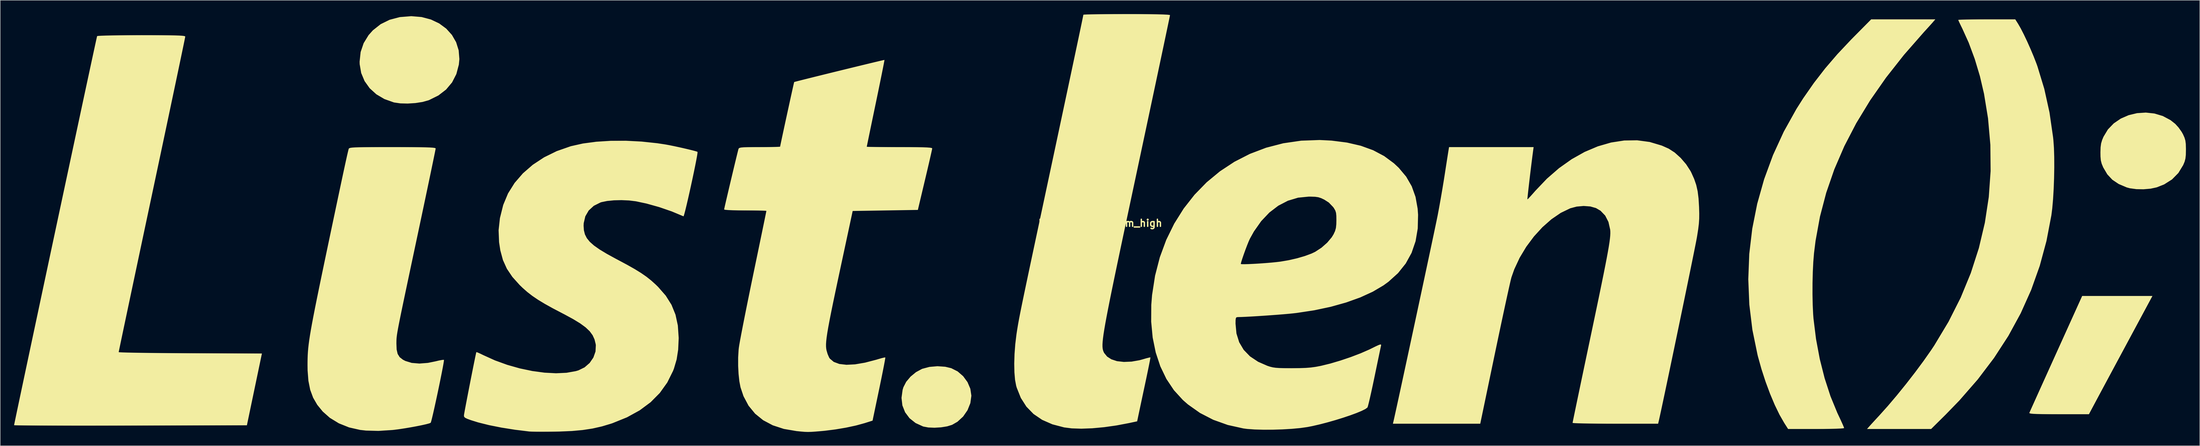
<source format=kicad_pcb>
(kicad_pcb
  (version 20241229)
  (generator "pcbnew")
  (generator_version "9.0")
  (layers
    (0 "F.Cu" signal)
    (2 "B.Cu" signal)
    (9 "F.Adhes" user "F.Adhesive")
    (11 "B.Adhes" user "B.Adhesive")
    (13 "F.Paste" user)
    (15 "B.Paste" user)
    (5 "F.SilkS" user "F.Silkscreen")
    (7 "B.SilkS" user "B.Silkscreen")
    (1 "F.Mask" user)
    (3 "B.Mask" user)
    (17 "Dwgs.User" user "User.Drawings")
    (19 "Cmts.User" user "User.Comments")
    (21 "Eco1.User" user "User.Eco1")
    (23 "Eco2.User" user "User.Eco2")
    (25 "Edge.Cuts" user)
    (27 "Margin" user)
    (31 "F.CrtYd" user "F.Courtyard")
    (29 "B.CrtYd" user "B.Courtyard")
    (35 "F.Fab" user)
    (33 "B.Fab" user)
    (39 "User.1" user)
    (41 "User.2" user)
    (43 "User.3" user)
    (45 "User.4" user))
  (footprint "list-dotlen_90mm_high"
    (layer "F.Cu")
    (at 235.236 45.308)
    (property "Reference" "list-dotlen_90mm_high" (at 0 0 0) (layer "F.SilkS") (effects (font (size 1.524 1.524) (thickness 0.3))))
    (attr board_only exclude_from_pos_files exclude_from_bom)
    (fp_poly (pts (xy 222.609 25.572) (xy 221.494 27.648) (xy 220.388 29.705) (xy 219.324 31.688) (xy 218.33 33.539) (xy 217.438 35.202) (xy 216.677 36.621) (xy 216.078 37.739) (xy 215.732 38.386) (xy 214.114 41.418) (xy 207.603 41.418) (xy 205.635 41.414) (xy 204.085 41.401) (xy 202.912 41.376) (xy 202.078 41.339) (xy 201.542 41.287) (xy 201.264 41.219) (xy 201.204 41.133) (xy 201.205 41.132) (xy 201.317 40.877) (xy 201.601 40.242) (xy 202.041 39.265) (xy 202.619 37.982) (xy 203.318 36.43) (xy 204.123 34.647) (xy 205.016 32.67) (xy 205.98 30.536) (xy 206.983 28.318) (xy 212.648 15.789) (xy 227.868 15.789)) (stroke (width 0) (type solid)) (fill yes) (layer "F.SilkS"))
    (fp_poly (pts (xy -33.577 31.131) (xy -32.272 31.444) (xy -30.885 32.147) (xy -29.69 33.184) (xy -28.753 34.464) (xy -28.14 35.897) (xy -27.917 37.393) (xy -27.917 37.413) (xy -28.135 39.013) (xy -28.75 40.547) (xy -29.699 41.922) (xy -30.922 43.046) (xy -32.089 43.717) (xy -33.161 44.049) (xy -34.491 44.263) (xy -35.908 44.347) (xy -37.244 44.292) (xy -38.328 44.089) (xy -38.369 44.076) (xy -40.002 43.329) (xy -41.311 42.286) (xy -42.271 40.997) (xy -42.858 39.512) (xy -43.046 37.88) (xy -42.811 36.151) (xy -42.636 35.568) (xy -42.033 34.395) (xy -41.087 33.27) (xy -39.912 32.303) (xy -38.619 31.603) (xy -38.551 31.576) (xy -37.006 31.165) (xy -35.284 31.015)) (stroke (width 0) (type solid)) (fill yes) (layer "F.SilkS"))
    (fp_poly (pts (xy -146.983 -44.665) (xy -144.967 -44.131) (xy -143.177 -43.283) (xy -141.647 -42.156) (xy -140.41 -40.784) (xy -139.5 -39.203) (xy -138.952 -37.447) (xy -138.799 -35.551) (xy -138.913 -34.353) (xy -139.455 -32.302) (xy -140.38 -30.497) (xy -141.679 -28.948) (xy -143.342 -27.668) (xy -145.358 -26.669) (xy -145.476 -26.624) (xy -146.776 -26.26) (xy -148.338 -26.019) (xy -149.994 -25.913) (xy -151.576 -25.951) (xy -152.913 -26.144) (xy -153.007 -26.167) (xy -155.032 -26.887) (xy -156.781 -27.92) (xy -158.224 -29.23) (xy -159.327 -30.778) (xy -160.06 -32.527) (xy -160.39 -34.437) (xy -160.406 -34.995) (xy -160.184 -37.075) (xy -159.534 -38.998) (xy -158.466 -40.741) (xy -157.533 -41.786) (xy -155.846 -43.118) (xy -153.9 -44.074) (xy -151.7 -44.652) (xy -149.249 -44.85) (xy -149.19 -44.85)) (stroke (width 0) (type solid)) (fill yes) (layer "F.SilkS"))
    (fp_poly (pts (xy 228.296 -23.756) (xy 230.103 -23.215) (xy 231.775 -22.325) (xy 232.812 -21.506) (xy 233.519 -20.727) (xy 234.186 -19.788) (xy 234.488 -19.254) (xy 234.806 -18.542) (xy 234.998 -17.897) (xy 235.092 -17.155) (xy 235.121 -16.152) (xy 235.122 -15.904) (xy 235.1 -14.803) (xy 235.013 -13.993) (xy 234.834 -13.309) (xy 234.531 -12.585) (xy 234.526 -12.575) (xy 233.484 -10.866) (xy 232.107 -9.469) (xy 230.403 -8.389) (xy 228.808 -7.756) (xy 227.47 -7.467) (xy 225.938 -7.335) (xy 224.385 -7.363) (xy 222.986 -7.55) (xy 222.304 -7.734) (xy 220.558 -8.478) (xy 219.18 -9.402) (xy 218.092 -10.57) (xy 217.221 -12.048) (xy 217.183 -12.128) (xy 216.872 -12.879) (xy 216.693 -13.59) (xy 216.616 -14.438) (xy 216.604 -15.332) (xy 216.638 -16.429) (xy 216.749 -17.263) (xy 216.977 -18.029) (xy 217.264 -18.714) (xy 218.218 -20.299) (xy 219.487 -21.615) (xy 221.005 -22.651) (xy 222.709 -23.394) (xy 224.535 -23.834) (xy 226.419 -23.958)) (stroke (width 0) (type solid)) (fill yes) (layer "F.SilkS"))
    (fp_poly (pts (xy 180.41 -43.651) (xy 180.069 -43.264) (xy 179.51 -42.642) (xy 178.823 -41.887) (xy 178.395 -41.42) (xy 174.061 -36.47) (xy 170.176 -31.536) (xy 166.732 -26.603) (xy 163.722 -21.655) (xy 161.138 -16.678) (xy 158.972 -11.657) (xy 157.217 -6.574) (xy 155.866 -1.416) (xy 154.909 3.833) (xy 154.574 6.522) (xy 154.418 8.43) (xy 154.31 10.644) (xy 154.252 13.025) (xy 154.246 15.435) (xy 154.292 17.738) (xy 154.391 19.794) (xy 154.463 20.709) (xy 155.01 25.121) (xy 155.82 29.449) (xy 156.871 33.611) (xy 158.143 37.526) (xy 159.615 41.112) (xy 159.852 41.618) (xy 160.325 42.621) (xy 160.714 43.479) (xy 160.984 44.104) (xy 161.095 44.411) (xy 161.095 44.421) (xy 160.877 44.474) (xy 160.26 44.522) (xy 159.304 44.563) (xy 158.069 44.594) (xy 156.614 44.615) (xy 155.029 44.622) (xy 148.962 44.622) (xy 148.123 43.31) (xy 147.106 41.539) (xy 146.07 39.4) (xy 145.052 36.982) (xy 144.084 34.372) (xy 143.201 31.658) (xy 142.438 28.927) (xy 142.344 28.553) (xy 141.23 23.13) (xy 140.564 17.658) (xy 140.339 12.164) (xy 140.552 6.674) (xy 141.199 1.212) (xy 142.273 -4.193) (xy 143.772 -9.517) (xy 145.689 -14.734) (xy 148.022 -19.817) (xy 150.764 -24.74) (xy 152.234 -27.055) (xy 154.546 -30.375) (xy 156.982 -33.524) (xy 159.635 -36.616) (xy 162.599 -39.764) (xy 163.045 -40.217) (xy 166.955 -44.164) (xy 180.846 -44.164)) (stroke (width 0) (type solid)) (fill yes) (layer "F.SilkS"))
    (fp_poly (pts (xy 198.776 -43.191) (xy 199.342 -42.208) (xy 200.011 -40.9) (xy 200.735 -39.378) (xy 201.463 -37.747) (xy 202.148 -36.118) (xy 202.739 -34.597) (xy 202.958 -33.988) (xy 204.447 -29.091) (xy 205.574 -23.981) (xy 206.349 -18.616) (xy 206.416 -17.982) (xy 206.535 -16.315) (xy 206.597 -14.307) (xy 206.606 -12.076) (xy 206.565 -9.734) (xy 206.477 -7.397) (xy 206.345 -5.179) (xy 206.171 -3.195) (xy 205.983 -1.709) (xy 204.915 3.878) (xy 203.458 9.271) (xy 201.603 14.487) (xy 199.341 19.539) (xy 196.666 24.444) (xy 193.569 29.215) (xy 190.043 33.869) (xy 186.078 38.419) (xy 183.115 41.475) (xy 179.937 44.622) (xy 166.05 44.622) (xy 166.605 43.995) (xy 167.005 43.55) (xy 167.616 42.884) (xy 168.333 42.106) (xy 168.699 41.712) (xy 170.544 39.654) (xy 172.51 37.335) (xy 174.514 34.86) (xy 176.474 32.333) (xy 178.307 29.859) (xy 179.93 27.545) (xy 180.627 26.497) (xy 183.706 21.37) (xy 186.342 16.141) (xy 188.533 10.816) (xy 190.278 5.404) (xy 191.575 -0.089) (xy 192.423 -5.656) (xy 192.821 -11.288) (xy 192.766 -16.979) (xy 192.259 -22.722) (xy 191.394 -28.024) (xy 190.507 -31.835) (xy 189.385 -35.574) (xy 188.07 -39.116) (xy 186.694 -42.157) (xy 186.295 -42.967) (xy 185.989 -43.612) (xy 185.825 -43.991) (xy 185.809 -44.044) (xy 186.028 -44.076) (xy 186.646 -44.104) (xy 187.603 -44.128) (xy 188.841 -44.147) (xy 190.301 -44.159) (xy 191.924 -44.164) (xy 191.985 -44.164) (xy 198.16 -44.164)) (stroke (width 0) (type solid)) (fill yes) (layer "F.SilkS"))
    (fp_poly (pts (xy -205.25 -40.729) (xy -203.272 -40.721) (xy -201.679 -40.707) (xy -200.434 -40.684) (xy -199.502 -40.653) (xy -198.846 -40.611) (xy -198.429 -40.558) (xy -198.215 -40.493) (xy -198.166 -40.429) (xy -198.213 -40.175) (xy -198.349 -39.497) (xy -198.571 -38.421) (xy -198.872 -36.971) (xy -199.248 -35.172) (xy -199.693 -33.048) (xy -200.202 -30.625) (xy -200.771 -27.926) (xy -201.393 -24.977) (xy -202.063 -21.801) (xy -202.777 -18.424) (xy -203.529 -14.87) (xy -204.315 -11.164) (xy -205.128 -7.33) (xy -205.374 -6.171) (xy -206.194 -2.307) (xy -206.988 1.436) (xy -207.75 5.033) (xy -208.476 8.459) (xy -209.16 11.69) (xy -209.796 14.7) (xy -210.381 17.467) (xy -210.908 19.965) (xy -211.373 22.17) (xy -211.77 24.057) (xy -212.094 25.601) (xy -212.34 26.779) (xy -212.503 27.566) (xy -212.578 27.937) (xy -212.582 27.964) (xy -212.359 27.995) (xy -211.716 28.026) (xy -210.69 28.056) (xy -209.318 28.086) (xy -207.637 28.113) (xy -205.684 28.139) (xy -203.497 28.161) (xy -201.112 28.18) (xy -198.568 28.195) (xy -197.073 28.202) (xy -181.563 28.26) (xy -183.189 36.041) (xy -184.815 43.821) (xy -210.025 43.879) (xy -213.381 43.885) (xy -216.605 43.889) (xy -219.669 43.891) (xy -222.544 43.89) (xy -225.2 43.886) (xy -227.609 43.88) (xy -229.741 43.873) (xy -231.567 43.863) (xy -233.058 43.851) (xy -234.184 43.837) (xy -234.917 43.821) (xy -235.227 43.804) (xy -235.236 43.8) (xy -235.189 43.551) (xy -235.052 42.882) (xy -234.831 41.82) (xy -234.532 40.39) (xy -234.159 38.621) (xy -233.719 36.539) (xy -233.218 34.17) (xy -232.661 31.541) (xy -232.054 28.679) (xy -231.403 25.611) (xy -230.712 22.363) (xy -229.989 18.962) (xy -229.239 15.435) (xy -228.467 11.809) (xy -227.679 8.109) (xy -226.881 4.364) (xy -226.078 0.599) (xy -225.277 -3.159) (xy -224.482 -6.882) (xy -223.7 -10.545) (xy -222.936 -14.12) (xy -222.196 -17.581) (xy -221.486 -20.901) (xy -220.811 -24.054) (xy -220.178 -27.012) (xy -219.591 -29.749) (xy -219.056 -32.238) (xy -218.58 -34.453) (xy -218.167 -36.367) (xy -217.824 -37.952) (xy -217.557 -39.183) (xy -217.37 -40.033) (xy -217.27 -40.474) (xy -217.254 -40.534) (xy -217.006 -40.576) (xy -216.349 -40.615) (xy -215.331 -40.651) (xy -214.001 -40.681) (xy -212.407 -40.705) (xy -210.597 -40.722) (xy -208.62 -40.73) (xy -207.649 -40.732)) (stroke (width 0) (type solid)) (fill yes) (layer "F.SilkS"))
    (fp_poly (pts (xy -150.91 -16.473) (xy -148.942 -16.465) (xy -147.36 -16.45) (xy -146.127 -16.426) (xy -145.207 -16.394) (xy -144.565 -16.351) (xy -144.164 -16.297) (xy -143.968 -16.23) (xy -143.933 -16.177) (xy -143.98 -15.912) (xy -144.115 -15.233) (xy -144.331 -14.174) (xy -144.621 -12.769) (xy -144.978 -11.051) (xy -145.395 -9.054) (xy -145.866 -6.812) (xy -146.382 -4.359) (xy -146.937 -1.729) (xy -147.525 1.046) (xy -147.839 2.53) (xy -148.599 6.11) (xy -149.27 9.271) (xy -149.857 12.042) (xy -150.366 14.451) (xy -150.803 16.526) (xy -151.173 18.297) (xy -151.482 19.792) (xy -151.735 21.039) (xy -151.939 22.068) (xy -152.097 22.906) (xy -152.217 23.582) (xy -152.304 24.126) (xy -152.363 24.565) (xy -152.4 24.928) (xy -152.42 25.244) (xy -152.429 25.542) (xy -152.433 25.85) (xy -152.436 26.096) (xy -152.386 27.397) (xy -152.167 28.352) (xy -151.729 29.056) (xy -151.023 29.605) (xy -150.497 29.877) (xy -149.124 30.298) (xy -147.469 30.437) (xy -145.612 30.293) (xy -144.047 29.976) (xy -143.201 29.777) (xy -142.539 29.653) (xy -142.173 29.624) (xy -142.138 29.636) (xy -142.151 29.883) (xy -142.251 30.509) (xy -142.422 31.447) (xy -142.652 32.631) (xy -142.925 33.993) (xy -143.228 35.466) (xy -143.546 36.982) (xy -143.867 38.475) (xy -144.174 39.878) (xy -144.454 41.124) (xy -144.694 42.144) (xy -144.878 42.873) (xy -144.994 43.243) (xy -145.011 43.273) (xy -145.328 43.407) (xy -146.013 43.59) (xy -146.98 43.806) (xy -148.145 44.04) (xy -149.422 44.274) (xy -150.725 44.492) (xy -151.971 44.679) (xy -153.073 44.818) (xy -153.282 44.84) (xy -156.337 45.035) (xy -159.027 44.965) (xy -160.286 44.825) (xy -162.685 44.282) (xy -164.899 43.395) (xy -166.859 42.197) (xy -168.393 40.836) (xy -169.577 39.386) (xy -170.472 37.843) (xy -171.104 36.134) (xy -171.495 34.184) (xy -171.67 31.921) (xy -171.685 30.777) (xy -171.681 30.031) (xy -171.668 29.322) (xy -171.643 28.623) (xy -171.6 27.907) (xy -171.536 27.147) (xy -171.444 26.317) (xy -171.32 25.388) (xy -171.159 24.336) (xy -170.957 23.131) (xy -170.708 21.749) (xy -170.408 20.161) (xy -170.052 18.341) (xy -169.634 16.262) (xy -169.151 13.897) (xy -168.597 11.218) (xy -167.968 8.201) (xy -167.258 4.816) (xy -166.463 1.038) (xy -165.578 -3.161) (xy -165.569 -3.204) (xy -164.971 -6.036) (xy -164.459 -8.451) (xy -164.027 -10.479) (xy -163.667 -12.151) (xy -163.374 -13.496) (xy -163.141 -14.546) (xy -162.96 -15.33) (xy -162.826 -15.88) (xy -162.775 -16.075) (xy -162.723 -16.174) (xy -162.599 -16.256) (xy -162.361 -16.321) (xy -161.967 -16.372) (xy -161.377 -16.411) (xy -160.548 -16.438) (xy -159.44 -16.457) (xy -158.011 -16.468) (xy -156.219 -16.474) (xy -154.023 -16.476) (xy -153.3 -16.476)) (stroke (width 0) (type solid)) (fill yes) (layer "F.SilkS"))
    (fp_poly (pts (xy 8.278 -45.303) (xy 10.449 -45.286) (xy 12.221 -45.26) (xy 13.582 -45.223) (xy 14.519 -45.176) (xy 15.018 -45.12) (xy 15.103 -45.081) (xy 15.056 -44.835) (xy 14.919 -44.166) (xy 14.696 -43.099) (xy 14.394 -41.658) (xy 14.017 -39.867) (xy 13.571 -37.751) (xy 13.06 -35.336) (xy 12.49 -32.644) (xy 11.867 -29.701) (xy 11.194 -26.532) (xy 10.478 -23.161) (xy 9.724 -19.612) (xy 8.936 -15.91) (xy 8.121 -12.08) (xy 7.876 -10.928) (xy 6.856 -6.139) (xy 5.928 -1.777) (xy 5.088 2.18) (xy 4.333 5.753) (xy 3.658 8.961) (xy 3.06 11.827) (xy 2.536 14.372) (xy 2.08 16.615) (xy 1.691 18.579) (xy 1.363 20.285) (xy 1.092 21.752) (xy 0.877 23.002) (xy 0.711 24.057) (xy 0.593 24.937) (xy 0.517 25.663) (xy 0.48 26.256) (xy 0.479 26.737) (xy 0.509 27.127) (xy 0.567 27.447) (xy 0.649 27.718) (xy 0.751 27.961) (xy 0.843 28.146) (xy 1.488 28.933) (xy 2.403 29.519) (xy 3.616 29.92) (xy 5.11 30.086) (xy 6.773 30.018) (xy 8.492 29.716) (xy 9.146 29.537) (xy 9.943 29.305) (xy 10.548 29.15) (xy 10.848 29.1) (xy 10.861 29.105) (xy 10.831 29.338) (xy 10.716 29.959) (xy 10.529 30.907) (xy 10.281 32.121) (xy 9.985 33.542) (xy 9.698 34.896) (xy 9.35 36.524) (xy 9.022 38.067) (xy 8.728 39.448) (xy 8.485 40.592) (xy 8.31 41.421) (xy 8.233 41.787) (xy 7.989 42.958) (xy 6.226 43.336) (xy 3.502 43.853) (xy 0.821 44.231) (xy -1.738 44.467) (xy -4.098 44.554) (xy -6.182 44.487) (xy -7.812 44.281) (xy -10.37 43.611) (xy -12.584 42.641) (xy -14.458 41.366) (xy -15.998 39.782) (xy -17.208 37.885) (xy -18.092 35.673) (xy -18.217 35.24) (xy -18.457 33.967) (xy -18.595 32.338) (xy -18.632 30.446) (xy -18.57 28.379) (xy -18.408 26.229) (xy -18.148 24.087) (xy -18.104 23.798) (xy -18.017 23.236) (xy -17.928 22.684) (xy -17.833 22.115) (xy -17.725 21.502) (xy -17.599 20.818) (xy -17.449 20.036) (xy -17.27 19.129) (xy -17.056 18.069) (xy -16.802 16.83) (xy -16.502 15.383) (xy -16.15 13.703) (xy -15.741 11.761) (xy -15.27 9.531) (xy -14.729 6.985) (xy -14.115 4.097) (xy -13.421 0.838) (xy -12.642 -2.817) (xy -11.901 -6.293) (xy -10.784 -11.534) (xy -9.741 -16.427) (xy -8.775 -20.964) (xy -7.887 -25.138) (xy -7.078 -28.94) (xy -6.351 -32.364) (xy -5.707 -35.4) (xy -5.148 -38.041) (xy -4.675 -40.279) (xy -4.291 -42.107) (xy -3.996 -43.516) (xy -3.793 -44.498) (xy -3.682 -45.046) (xy -3.661 -45.166) (xy -3.44 -45.197) (xy -2.81 -45.225) (xy -1.817 -45.25) (xy -0.51 -45.272) (xy 1.063 -45.289) (xy 2.854 -45.301) (xy 4.816 -45.307) (xy 5.721 -45.308)) (stroke (width 0) (type solid)) (fill yes) (layer "F.SilkS"))
    (fp_poly (pts (xy -99.325 -17.674) (xy -95.918 -17.31) (xy -94.163 -17.043) (xy -93.312 -16.887) (xy -92.272 -16.675) (xy -91.135 -16.43) (xy -89.993 -16.171) (xy -88.938 -15.922) (xy -88.063 -15.702) (xy -87.459 -15.533) (xy -87.223 -15.442) (xy -87.229 -15.193) (xy -87.324 -14.569) (xy -87.495 -13.635) (xy -87.726 -12.457) (xy -88.004 -11.099) (xy -88.315 -9.626) (xy -88.644 -8.103) (xy -88.977 -6.595) (xy -89.301 -5.167) (xy -89.6 -3.885) (xy -89.861 -2.812) (xy -90.07 -2.014) (xy -90.213 -1.556) (xy -90.265 -1.472) (xy -92.783 -2.526) (xy -95.521 -3.47) (xy -98.28 -4.241) (xy -100.57 -4.727) (xy -102.071 -4.911) (xy -103.7 -4.981) (xy -105.322 -4.942) (xy -106.801 -4.797) (xy -108.002 -4.552) (xy -108.249 -4.473) (xy -109.685 -3.753) (xy -110.786 -2.74) (xy -111.524 -1.472) (xy -111.872 0.015) (xy -111.897 0.572) (xy -111.832 1.555) (xy -111.611 2.438) (xy -111.197 3.259) (xy -110.553 4.055) (xy -109.641 4.862) (xy -108.425 5.718) (xy -106.867 6.659) (xy -104.929 7.722) (xy -104.399 8.002) (xy -102.425 9.058) (xy -100.797 9.98) (xy -99.442 10.818) (xy -98.286 11.62) (xy -97.257 12.438) (xy -96.28 13.319) (xy -95.754 13.833) (xy -94.105 15.72) (xy -92.86 17.702) (xy -91.994 19.839) (xy -91.485 22.192) (xy -91.307 24.82) (xy -91.307 25.036) (xy -91.415 27.432) (xy -91.746 29.548) (xy -92.324 31.513) (xy -92.522 32.028) (xy -93.775 34.55) (xy -95.393 36.812) (xy -97.383 38.82) (xy -99.747 40.577) (xy -102.493 42.087) (xy -105.624 43.356) (xy -105.941 43.463) (xy -107.931 44.061) (xy -109.947 44.517) (xy -112.087 44.845) (xy -114.451 45.06) (xy -117.135 45.175) (xy -118.076 45.193) (xy -119.559 45.209) (xy -120.943 45.214) (xy -122.141 45.209) (xy -123.067 45.193) (xy -123.634 45.168) (xy -123.682 45.164) (xy -126.775 44.783) (xy -129.697 44.319) (xy -132.371 43.786) (xy -134.723 43.199) (xy -136.268 42.719) (xy -137.094 42.416) (xy -137.569 42.182) (xy -137.779 41.954) (xy -137.811 41.67) (xy -137.805 41.62) (xy -137.743 41.23) (xy -137.608 40.485) (xy -137.414 39.45) (xy -137.174 38.193) (xy -136.902 36.781) (xy -136.61 35.281) (xy -136.312 33.761) (xy -136.02 32.287) (xy -135.749 30.926) (xy -135.51 29.746) (xy -135.318 28.813) (xy -135.185 28.195) (xy -135.125 27.959) (xy -135.125 27.959) (xy -134.903 28.018) (xy -134.384 28.242) (xy -133.677 28.583) (xy -133.625 28.609) (xy -131.097 29.754) (xy -128.438 30.718) (xy -125.716 31.489) (xy -123.002 32.058) (xy -120.363 32.413) (xy -117.869 32.543) (xy -115.59 32.437) (xy -113.593 32.083) (xy -112.998 31.907) (xy -111.674 31.257) (xy -110.584 30.307) (xy -109.78 29.138) (xy -109.317 27.83) (xy -109.246 26.467) (xy -109.28 26.218) (xy -109.528 25.212) (xy -109.945 24.3) (xy -110.573 23.442) (xy -111.456 22.601) (xy -112.635 21.735) (xy -114.154 20.807) (xy -116.054 19.775) (xy -116.467 19.562) (xy -118.559 18.466) (xy -120.298 17.5) (xy -121.753 16.62) (xy -122.994 15.779) (xy -124.09 14.931) (xy -125.11 14.031) (xy -125.758 13.403) (xy -127.328 11.654) (xy -128.512 9.894) (xy -129.362 8.015) (xy -129.931 5.91) (xy -130.203 4.122) (xy -130.305 1.541) (xy -130.017 -1.085) (xy -129.331 -3.834) (xy -129.276 -4.008) (xy -128.26 -6.441) (xy -126.838 -8.71) (xy -125.042 -10.787) (xy -122.902 -12.646) (xy -120.448 -14.261) (xy -117.713 -15.604) (xy -114.726 -16.649) (xy -114.59 -16.687) (xy -112.047 -17.255) (xy -109.166 -17.638) (xy -106.031 -17.837) (xy -102.723 -17.85)) (stroke (width 0) (type solid)) (fill yes) (layer "F.SilkS"))
    (fp_poly (pts (xy 118.991 -17.584) (xy 121.61 -16.802) (xy 123.115 -16.131) (xy 124.411 -15.29) (xy 125.703 -14.125) (xy 126.878 -12.754) (xy 127.823 -11.297) (xy 128.003 -10.948) (xy 128.621 -9.569) (xy 129.068 -8.264) (xy 129.374 -6.9) (xy 129.568 -5.347) (xy 129.68 -3.474) (xy 129.681 -3.432) (xy 129.718 -2.088) (xy 129.708 -0.957) (xy 129.638 0.114) (xy 129.498 1.279) (xy 129.277 2.693) (xy 129.194 3.181) (xy 129.082 3.785) (xy 128.884 4.794) (xy 128.61 6.163) (xy 128.269 7.85) (xy 127.87 9.812) (xy 127.421 12.005) (xy 126.932 14.385) (xy 126.412 16.91) (xy 125.869 19.535) (xy 125.313 22.219) (xy 124.753 24.916) (xy 124.197 27.584) (xy 123.655 30.18) (xy 123.136 32.66) (xy 122.648 34.981) (xy 122.202 37.099) (xy 121.804 38.972) (xy 121.466 40.555) (xy 121.195 41.805) (xy 121.001 42.68) (xy 120.935 42.963) (xy 120.813 43.477) (xy 111.55 43.477) (xy 109.541 43.473) (xy 107.682 43.461) (xy 106.021 43.442) (xy 104.607 43.417) (xy 103.486 43.386) (xy 102.709 43.352) (xy 102.321 43.314) (xy 102.286 43.298) (xy 102.333 43.051) (xy 102.466 42.391) (xy 102.68 41.352) (xy 102.966 39.969) (xy 103.318 38.277) (xy 103.729 36.31) (xy 104.191 34.102) (xy 104.697 31.69) (xy 105.24 29.106) (xy 105.812 26.386) (xy 105.926 25.847) (xy 106.71 22.12) (xy 107.403 18.814) (xy 108.01 15.899) (xy 108.535 13.349) (xy 108.985 11.135) (xy 109.364 9.231) (xy 109.678 7.608) (xy 109.93 6.238) (xy 110.128 5.095) (xy 110.275 4.15) (xy 110.376 3.375) (xy 110.438 2.744) (xy 110.464 2.228) (xy 110.46 1.799) (xy 110.432 1.431) (xy 110.43 1.413) (xy 110.052 -0.258) (xy 109.35 -1.63) (xy 108.34 -2.682) (xy 107.352 -3.264) (xy 106.126 -3.611) (xy 104.677 -3.716) (xy 103.168 -3.581) (xy 101.781 -3.213) (xy 99.733 -2.224) (xy 97.706 -0.837) (xy 95.752 0.889) (xy 93.92 2.894) (xy 92.261 5.12) (xy 90.826 7.508) (xy 89.664 9.999) (xy 89.053 11.73) (xy 88.932 12.196) (xy 88.727 13.07) (xy 88.448 14.309) (xy 88.103 15.873) (xy 87.701 17.72) (xy 87.252 19.809) (xy 86.763 22.099) (xy 86.244 24.55) (xy 85.705 27.118) (xy 85.454 28.318) (xy 82.292 43.477) (xy 63.377 43.477) (xy 63.498 42.963) (xy 63.64 42.341) (xy 63.867 41.312) (xy 64.173 39.917) (xy 64.547 38.198) (xy 64.982 36.194) (xy 65.468 33.946) (xy 65.996 31.496) (xy 66.559 28.885) (xy 67.146 26.152) (xy 67.75 23.339) (xy 68.362 20.488) (xy 68.972 17.637) (xy 69.573 14.83) (xy 70.155 12.106) (xy 70.709 9.506) (xy 71.227 7.071) (xy 71.701 4.842) (xy 72.121 2.86) (xy 72.478 1.165) (xy 72.764 -0.201) (xy 72.97 -1.198) (xy 73.078 -1.735) (xy 73.387 -3.379) (xy 73.73 -5.298) (xy 74.076 -7.313) (xy 74.395 -9.245) (xy 74.579 -10.412) (xy 74.802 -11.856) (xy 75.009 -13.189) (xy 75.187 -14.328) (xy 75.323 -15.192) (xy 75.404 -15.697) (xy 75.409 -15.732) (xy 75.534 -16.476) (xy 93.848 -16.476) (xy 93.716 -15.503) (xy 93.574 -14.421) (xy 93.414 -13.154) (xy 93.243 -11.776) (xy 93.072 -10.359) (xy 92.909 -8.976) (xy 92.762 -7.702) (xy 92.64 -6.61) (xy 92.551 -5.772) (xy 92.504 -5.262) (xy 92.501 -5.14) (xy 92.665 -5.279) (xy 93.064 -5.699) (xy 93.636 -6.332) (xy 94.218 -6.995) (xy 96.724 -9.627) (xy 99.36 -11.917) (xy 102.097 -13.855) (xy 104.906 -15.433) (xy 107.757 -16.64) (xy 110.62 -17.469) (xy 113.467 -17.908) (xy 116.267 -17.95)) (stroke (width 0) (type solid)) (fill yes) (layer "F.SilkS"))
    (fp_poly (pts (xy 50.079 -17.884) (xy 53.428 -17.458) (xy 56.425 -16.765) (xy 59.1 -15.794) (xy 61.479 -14.532) (xy 63.591 -12.97) (xy 64.652 -11.976) (xy 66.249 -10.07) (xy 67.451 -7.986) (xy 68.274 -5.688) (xy 68.732 -3.14) (xy 68.827 -1.805) (xy 68.753 1.176) (xy 68.284 3.926) (xy 67.419 6.45) (xy 66.154 8.751) (xy 64.489 10.835) (xy 62.42 12.705) (xy 61.326 13.5) (xy 59.015 14.865) (xy 56.31 16.103) (xy 53.261 17.197) (xy 49.917 18.134) (xy 46.327 18.896) (xy 42.543 19.469) (xy 41.876 19.547) (xy 40.819 19.654) (xy 39.468 19.771) (xy 37.917 19.894) (xy 36.263 20.014) (xy 34.599 20.127) (xy 33.02 20.224) (xy 31.623 20.301) (xy 30.501 20.35) (xy 29.805 20.366) (xy 29.523 20.401) (xy 29.369 20.579) (xy 29.305 21.002) (xy 29.293 21.775) (xy 29.293 21.796) (xy 29.493 23.927) (xy 30.084 25.82) (xy 31.064 27.474) (xy 32.433 28.886) (xy 34.188 30.055) (xy 36.164 30.921) (xy 36.762 31.118) (xy 37.335 31.259) (xy 37.975 31.353) (xy 38.777 31.409) (xy 39.833 31.436) (xy 41.237 31.443) (xy 41.532 31.443) (xy 43.19 31.428) (xy 44.516 31.381) (xy 45.634 31.291) (xy 46.67 31.149) (xy 47.748 30.943) (xy 47.825 30.926) (xy 49.835 30.433) (xy 52.032 29.782) (xy 54.264 29.027) (xy 56.383 28.218) (xy 58.237 27.408) (xy 58.658 27.203) (xy 59.642 26.717) (xy 60.284 26.422) (xy 60.65 26.3) (xy 60.806 26.332) (xy 60.818 26.499) (xy 60.798 26.594) (xy 60.72 26.949) (xy 60.563 27.689) (xy 60.341 28.751) (xy 60.065 30.072) (xy 59.75 31.59) (xy 59.408 33.24) (xy 59.373 33.409) (xy 59.028 35.053) (xy 58.702 36.556) (xy 58.41 37.856) (xy 58.164 38.896) (xy 57.98 39.614) (xy 57.87 39.95) (xy 57.862 39.962) (xy 57.425 40.288) (xy 56.609 40.696) (xy 55.482 41.163) (xy 54.11 41.667) (xy 52.56 42.187) (xy 50.9 42.701) (xy 49.197 43.187) (xy 47.517 43.623) (xy 45.929 43.988) (xy 44.85 44.199) (xy 43.296 44.419) (xy 41.454 44.589) (xy 39.436 44.708) (xy 37.354 44.772) (xy 35.318 44.778) (xy 33.442 44.726) (xy 31.836 44.611) (xy 31.006 44.505) (xy 27.618 43.753) (xy 24.474 42.629) (xy 21.589 41.141) (xy 18.982 39.297) (xy 17.889 38.34) (xy 15.95 36.216) (xy 14.318 33.773) (xy 13.002 31.038) (xy 12.009 28.037) (xy 11.347 24.798) (xy 11.024 21.347) (xy 11.048 17.71) (xy 11.217 15.593) (xy 11.867 11.395) (xy 12.522 8.854) (xy 30.434 8.854) (xy 30.649 8.898) (xy 31.238 8.905) (xy 32.121 8.881) (xy 33.216 8.83) (xy 34.443 8.757) (xy 35.72 8.667) (xy 36.967 8.564) (xy 38.103 8.453) (xy 39.015 8.344) (xy 40.819 8.037) (xy 42.624 7.622) (xy 44.306 7.132) (xy 45.742 6.602) (xy 46.543 6.221) (xy 47.908 5.328) (xy 49.145 4.236) (xy 50.13 3.064) (xy 50.52 2.427) (xy 50.846 1.723) (xy 51.033 1.052) (xy 51.118 0.239) (xy 51.137 -0.609) (xy 51.125 -1.572) (xy 51.058 -2.229) (xy 50.899 -2.73) (xy 50.612 -3.227) (xy 50.448 -3.466) (xy 49.493 -4.461) (xy 48.492 -5.101) (xy 47.813 -5.42) (xy 47.205 -5.613) (xy 46.51 -5.71) (xy 45.57 -5.742) (xy 45.146 -5.743) (xy 42.841 -5.516) (xy 40.637 -4.855) (xy 38.555 -3.776) (xy 36.62 -2.294) (xy 34.853 -0.428) (xy 33.279 1.807) (xy 32.399 3.391) (xy 32.137 3.972) (xy 31.804 4.799) (xy 31.438 5.764) (xy 31.08 6.757) (xy 30.767 7.67) (xy 30.54 8.394) (xy 30.437 8.82) (xy 30.434 8.854) (xy 12.522 8.854) (xy 12.897 7.402) (xy 14.287 3.634) (xy 16.018 0.107) (xy 18.067 -3.161) (xy 20.415 -6.153) (xy 23.042 -8.85) (xy 25.927 -11.236) (xy 29.049 -13.292) (xy 32.389 -15.001) (xy 35.925 -16.345) (xy 39.637 -17.307) (xy 43.505 -17.869) (xy 47.508 -18.014)) (stroke (width 0) (type solid)) (fill yes) (layer "F.SilkS"))
    (fp_poly (pts (xy -46.737 -35.371) (xy -46.77 -35.142) (xy -46.887 -34.513) (xy -47.08 -33.528) (xy -47.338 -32.237) (xy -47.653 -30.685) (xy -48.015 -28.918) (xy -48.414 -26.985) (xy -48.625 -25.97) (xy -49.041 -23.969) (xy -49.427 -22.112) (xy -49.773 -20.445) (xy -50.069 -19.014) (xy -50.305 -17.867) (xy -50.472 -17.052) (xy -50.56 -16.613) (xy -50.571 -16.551) (xy -50.352 -16.532) (xy -49.729 -16.515) (xy -48.759 -16.501) (xy -47.497 -16.489) (xy -45.997 -16.481) (xy -44.314 -16.476) (xy -43.477 -16.476) (xy -41.4 -16.472) (xy -39.742 -16.459) (xy -38.465 -16.436) (xy -37.53 -16.401) (xy -36.9 -16.352) (xy -36.536 -16.289) (xy -36.399 -16.209) (xy -36.396 -16.19) (xy -36.45 -15.901) (xy -36.598 -15.226) (xy -36.825 -14.223) (xy -37.118 -12.949) (xy -37.465 -11.464) (xy -37.852 -9.825) (xy -37.957 -9.382) (xy -39.505 -2.86) (xy -46.563 -2.746) (xy -53.621 -2.632) (xy -56.098 8.924) (xy -56.782 12.124) (xy -57.372 14.909) (xy -57.875 17.314) (xy -58.294 19.369) (xy -58.637 21.109) (xy -58.909 22.566) (xy -59.114 23.773) (xy -59.26 24.762) (xy -59.351 25.567) (xy -59.394 26.219) (xy -59.392 26.752) (xy -59.354 27.199) (xy -59.285 27.581) (xy -59.046 28.391) (xy -58.739 29.097) (xy -58.571 29.364) (xy -57.718 30.082) (xy -56.512 30.53) (xy -54.971 30.705) (xy -53.11 30.61) (xy -50.947 30.242) (xy -48.498 29.603) (xy -48.178 29.505) (xy -47.407 29.282) (xy -46.827 29.141) (xy -46.557 29.111) (xy -46.552 29.114) (xy -46.576 29.35) (xy -46.684 29.979) (xy -46.866 30.945) (xy -47.111 32.193) (xy -47.408 33.668) (xy -47.747 35.314) (xy -47.89 36.003) (xy -49.313 42.807) (xy -51.061 43.359) (xy -52.889 43.861) (xy -55.025 44.32) (xy -57.32 44.71) (xy -59.626 45.002) (xy -60.411 45.077) (xy -61.647 45.181) (xy -62.566 45.243) (xy -63.304 45.263) (xy -64 45.242) (xy -64.79 45.178) (xy -65.788 45.076) (xy -68.52 44.61) (xy -70.927 43.824) (xy -73.007 42.72) (xy -74.758 41.299) (xy -76.178 39.564) (xy -77.267 37.514) (xy -77.914 35.583) (xy -78.164 34.289) (xy -78.336 32.688) (xy -78.426 30.926) (xy -78.426 29.149) (xy -78.33 27.501) (xy -78.279 27.031) (xy -78.185 26.419) (xy -78.005 25.405) (xy -77.749 24.038) (xy -77.426 22.362) (xy -77.045 20.426) (xy -76.616 18.275) (xy -76.147 15.956) (xy -75.649 13.517) (xy -75.162 11.165) (xy -74.656 8.728) (xy -74.178 6.426) (xy -73.738 4.298) (xy -73.341 2.383) (xy -72.998 0.72) (xy -72.715 -0.654) (xy -72.501 -1.699) (xy -72.363 -2.377) (xy -72.31 -2.648) (xy -72.31 -2.651) (xy -72.527 -2.68) (xy -73.134 -2.705) (xy -74.061 -2.726) (xy -75.24 -2.74) (xy -76.603 -2.746) (xy -76.886 -2.746) (xy -78.318 -2.756) (xy -79.555 -2.783) (xy -80.534 -2.826) (xy -81.19 -2.881) (xy -81.46 -2.945) (xy -81.463 -2.953) (xy -81.412 -3.213) (xy -81.27 -3.85) (xy -81.053 -4.795) (xy -80.777 -5.98) (xy -80.459 -7.335) (xy -80.115 -8.792) (xy -79.761 -10.284) (xy -79.414 -11.74) (xy -79.089 -13.094) (xy -78.802 -14.276) (xy -78.571 -15.218) (xy -78.412 -15.851) (xy -78.351 -16.075) (xy -78.273 -16.214) (xy -78.094 -16.316) (xy -77.755 -16.388) (xy -77.194 -16.435) (xy -76.351 -16.461) (xy -75.164 -16.473) (xy -73.782 -16.476) (xy -72.412 -16.48) (xy -71.213 -16.494) (xy -70.255 -16.514) (xy -69.607 -16.54) (xy -69.339 -16.569) (xy -69.335 -16.573) (xy -69.289 -16.823) (xy -69.159 -17.45) (xy -68.96 -18.389) (xy -68.707 -19.574) (xy -68.413 -20.94) (xy -68.093 -22.421) (xy -67.76 -23.951) (xy -67.43 -25.466) (xy -67.117 -26.898) (xy -66.834 -28.183) (xy -66.597 -29.255) (xy -66.419 -30.049) (xy -66.314 -30.498) (xy -66.293 -30.574) (xy -66.062 -30.643) (xy -65.443 -30.805) (xy -64.49 -31.047) (xy -63.259 -31.356) (xy -61.805 -31.718) (xy -60.181 -32.12) (xy -58.445 -32.549) (xy -56.649 -32.99) (xy -54.849 -33.431) (xy -53.099 -33.858) (xy -51.456 -34.257) (xy -49.973 -34.616) (xy -48.706 -34.92) (xy -47.709 -35.156) (xy -47.037 -35.311) (xy -46.745 -35.371)) (stroke (width 0) (type solid)) (fill yes) (layer "F.SilkS")))
  (gr_rect
    (start -3 -3)
    (end 473.358 93.571)
    (stroke (width 0.1) (type default))
    (fill no)
    (layer "Edge.Cuts")))
</source>
